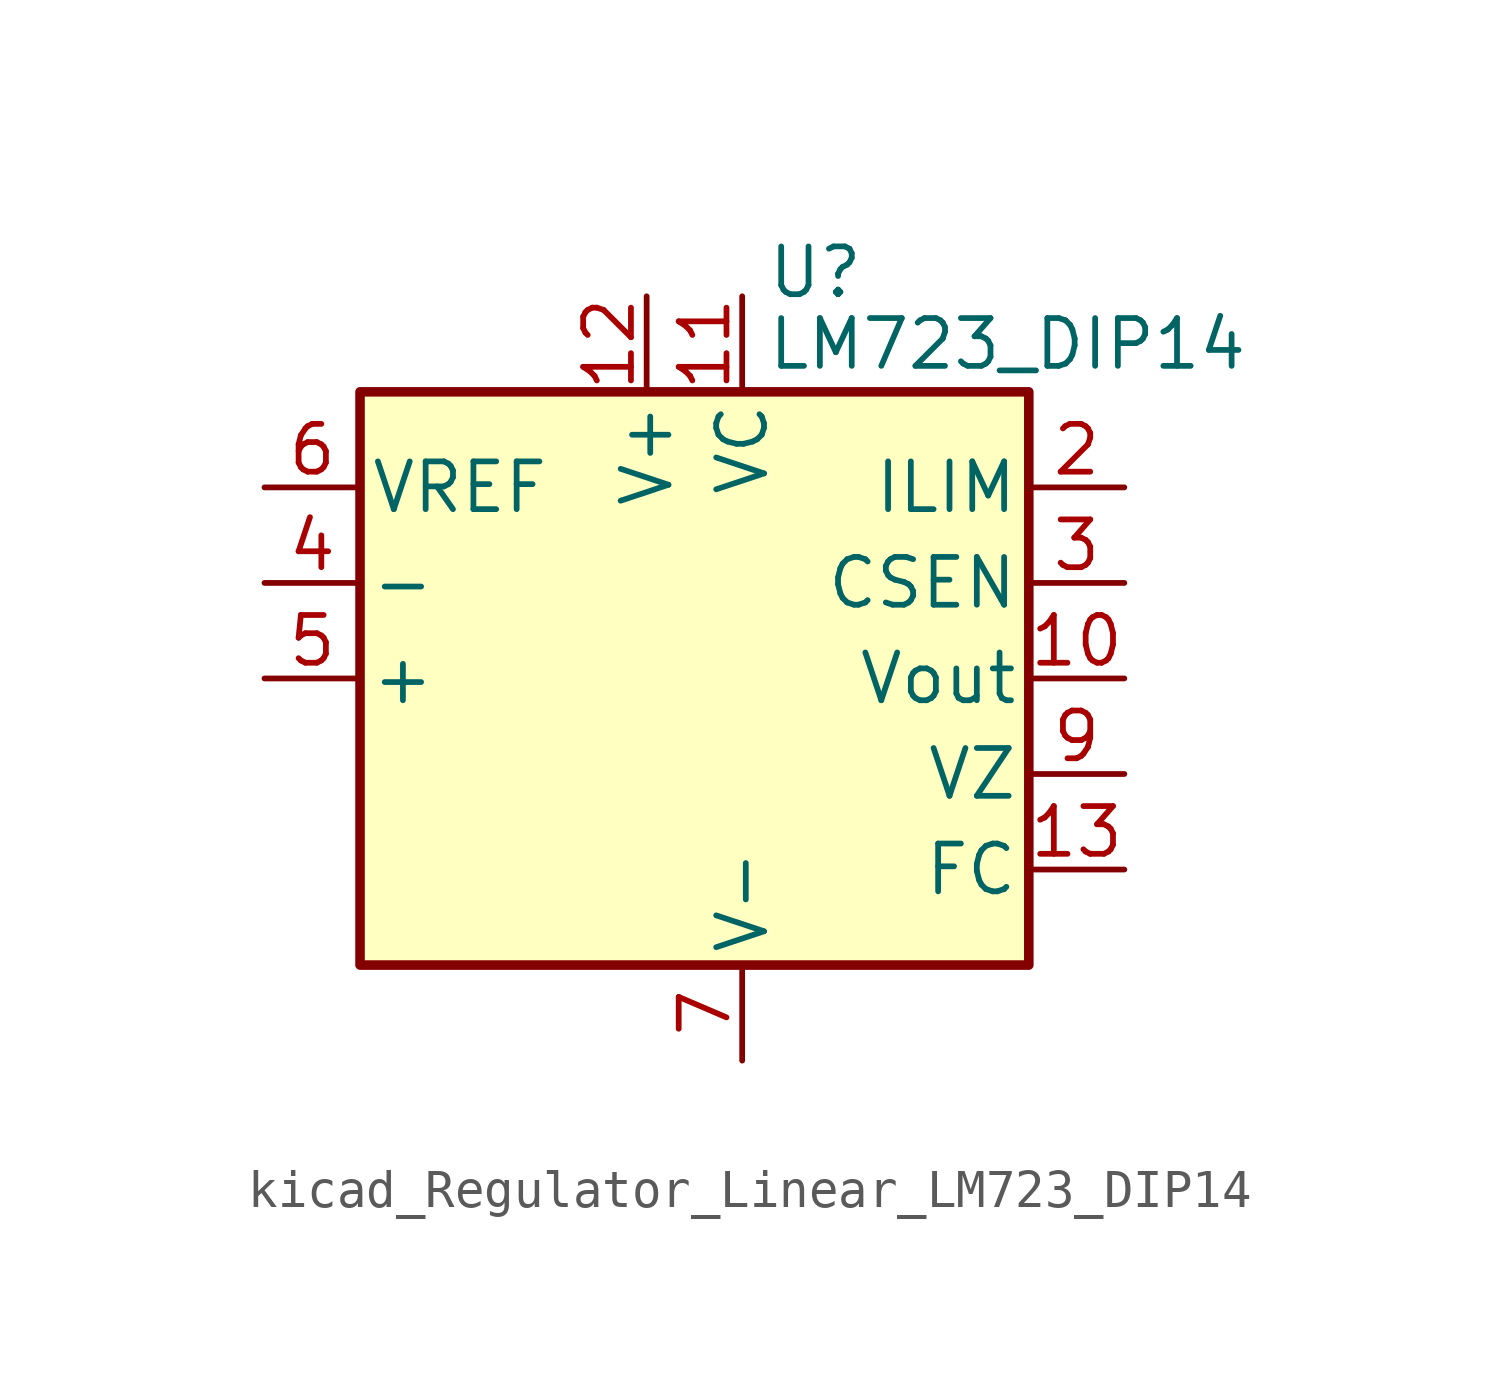
<source format=kicad_sym>
(kicad_symbol_lib
  (version 20220914)
  (generator kicad_symbol_editor)
  (symbol "kicad_Regulator_Linear_LM723_DIP14"
    (pin_names
      (offset 0.254))
    (property "Reference" "U"
      (at 0.635 10.795 0)
      (effects (font (size 1.27 1.27)) (justify left)))
    (property "Value" "LM723_DIP14"
      (at 0.635 8.89 0)
      (effects (font (size 1.27 1.27)) (justify left)))
    (symbol "kicad_Regulator_Linear_LM723_DIP14_0_1"
      (rectangle (start -10.16 -7.62) (end 7.62 7.62) (stroke (width 0.254) (type default)) (fill (type background))))
    (symbol "kicad_Regulator_Linear_LM723_DIP14_1_1"
      (pin no_connect line (at -10.16 -5.08 0) (length 2.54) hide (name "NC" (effects (font (size 1.27 1.27)))) (number "1" (effects (font (size 1.27 1.27)))))
      (pin power_out line (at 10.16 0 180) (length 2.54) (name "Vout" (effects (font (size 1.27 1.27)))) (number "10" (effects (font (size 1.27 1.27)))))
      (pin power_in line (at 0 10.16 270) (length 2.54) (name "VC" (effects (font (size 1.27 1.27)))) (number "11" (effects (font (size 1.27 1.27)))))
      (pin power_in line (at -2.54 10.16 270) (length 2.54) (name "V+" (effects (font (size 1.27 1.27)))) (number "12" (effects (font (size 1.27 1.27)))))
      (pin input line (at 10.16 -5.08 180) (length 2.54) (name "FC" (effects (font (size 1.27 1.27)))) (number "13" (effects (font (size 1.27 1.27)))))
      (pin no_connect line (at -2.54 -7.62 90) (length 2.54) hide (name "NC" (effects (font (size 1.27 1.27)))) (number "14" (effects (font (size 1.27 1.27)))))
      (pin input line (at 10.16 5.08 180) (length 2.54) (name "ILIM" (effects (font (size 1.27 1.27)))) (number "2" (effects (font (size 1.27 1.27)))))
      (pin input line (at 10.16 2.54 180) (length 2.54) (name "CSEN" (effects (font (size 1.27 1.27)))) (number "3" (effects (font (size 1.27 1.27)))))
      (pin input line (at -12.7 2.54 0) (length 2.54) (name "-" (effects (font (size 1.27 1.27)))) (number "4" (effects (font (size 1.27 1.27)))))
      (pin input line (at -12.7 0 0) (length 2.54) (name "+" (effects (font (size 1.27 1.27)))) (number "5" (effects (font (size 1.27 1.27)))))
      (pin power_out line (at -12.7 5.08 0) (length 2.54) (name "VREF" (effects (font (size 1.27 1.27)))) (number "6" (effects (font (size 1.27 1.27)))))
      (pin power_in line (at 0 -10.16 90) (length 2.54) (name "V-" (effects (font (size 1.27 1.27)))) (number "7" (effects (font (size 1.27 1.27)))))
      (pin no_connect line (at -10.16 -2.54 0) (length 2.54) hide (name "NC" (effects (font (size 1.27 1.27)))) (number "8" (effects (font (size 1.27 1.27)))))
      (pin input line (at 10.16 -2.54 180) (length 2.54) (name "VZ" (effects (font (size 1.27 1.27)))) (number "9" (effects (font (size 1.27 1.27))))))))
</source>
